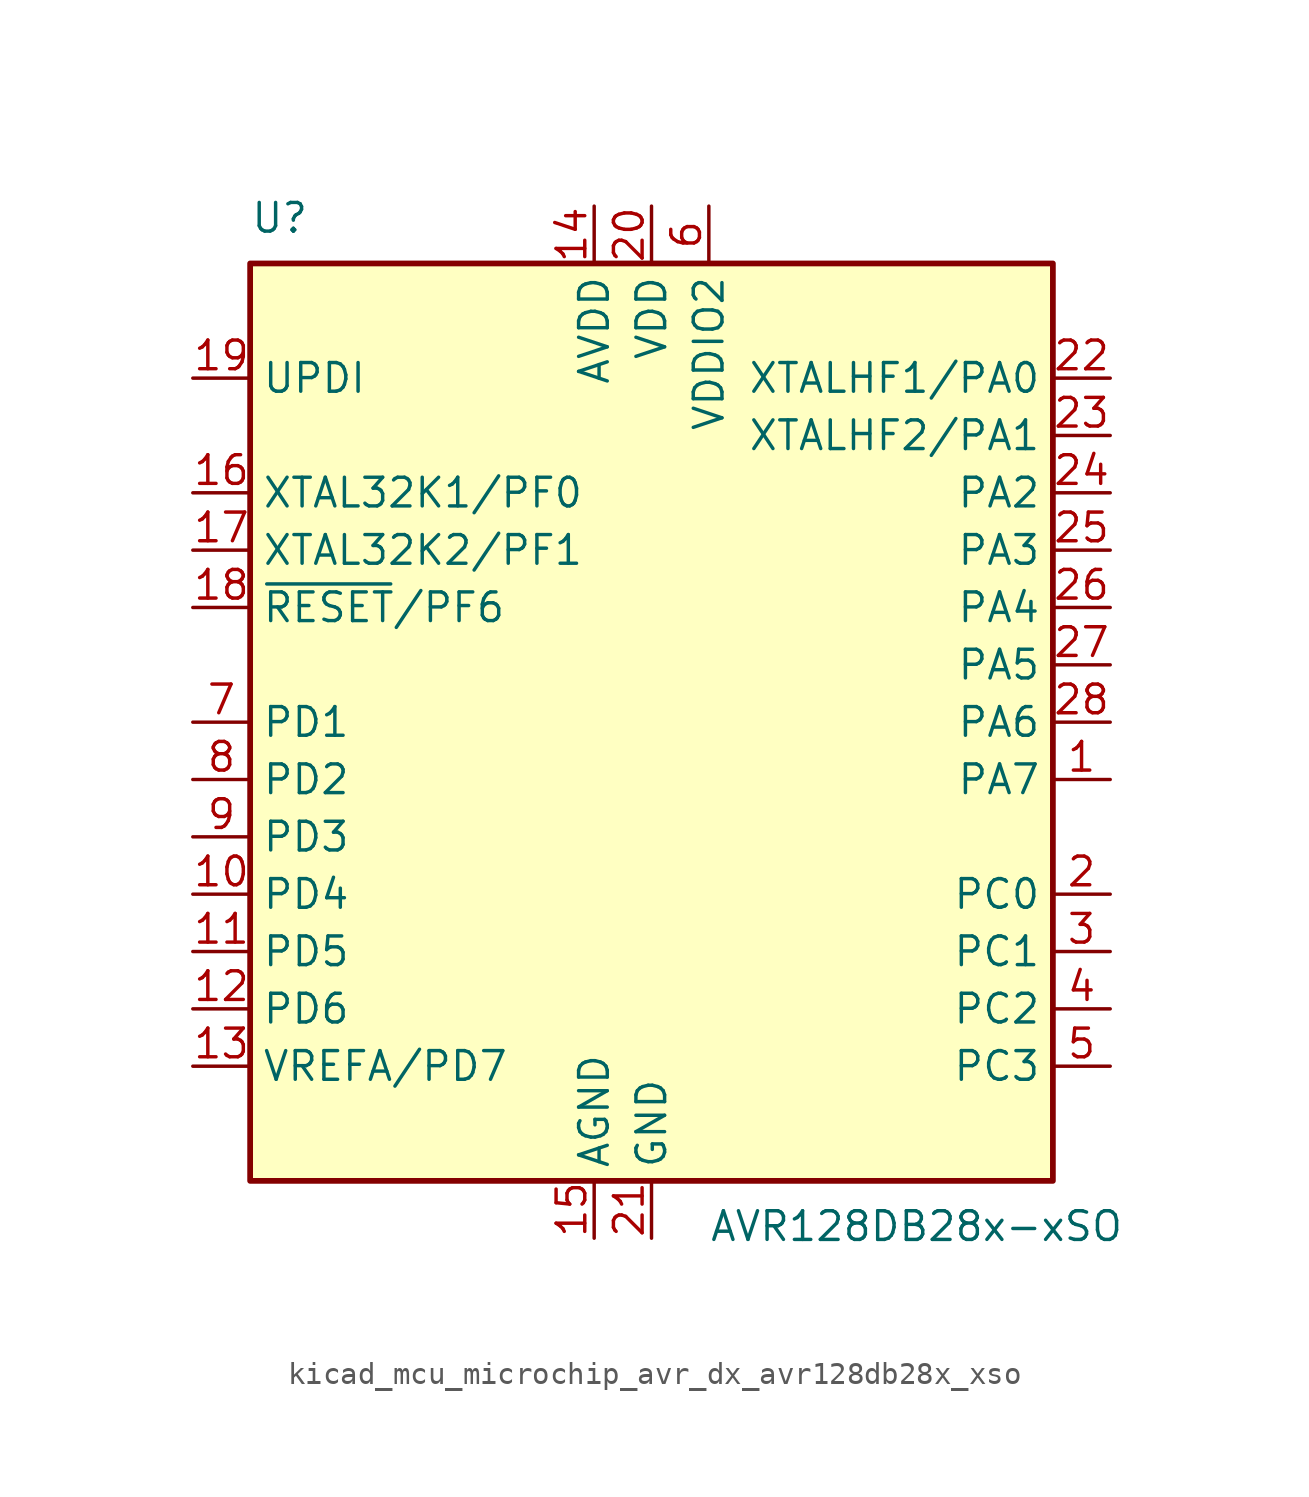
<source format=kicad_sym>
(kicad_symbol_lib
  (version 20220914)
  (generator kicad_symbol_editor)
  (symbol "kicad_mcu_microchip_avr_dx_avr128db28x_xso"
    (property "Reference" "U"
      (at -17.78 21.59 0)
      (effects (font (size 1.27 1.27)) (justify left bottom)))
    (property "Value" "AVR128DB28x-xSO"
      (at 2.54 -21.59 0)
      (effects (font (size 1.27 1.27)) (justify left top)))
    (symbol "kicad_mcu_microchip_avr_dx_avr128db28x_xso_0_1"
      (rectangle (start -17.78 20.32) (end 17.78 -20.32) (stroke (width 0.254) (type default)) (fill (type background))))
    (symbol "kicad_mcu_microchip_avr_dx_avr128db28x_xso_1_1"
      (pin bidirectional line (at 20.32 -2.54 180) (length 2.54) (name "PA7" (effects (font (size 1.27 1.27)))) (number "1" (effects (font (size 1.27 1.27)))))
      (pin bidirectional line (at -20.32 -7.62 0) (length 2.54) (name "PD4" (effects (font (size 1.27 1.27)))) (number "10" (effects (font (size 1.27 1.27)))))
      (pin bidirectional line (at -20.32 -10.16 0) (length 2.54) (name "PD5" (effects (font (size 1.27 1.27)))) (number "11" (effects (font (size 1.27 1.27)))))
      (pin bidirectional line (at -20.32 -12.7 0) (length 2.54) (name "PD6" (effects (font (size 1.27 1.27)))) (number "12" (effects (font (size 1.27 1.27)))))
      (pin bidirectional line (at -20.32 -15.24 0) (length 2.54) (name "VREFA/PD7" (effects (font (size 1.27 1.27)))) (number "13" (effects (font (size 1.27 1.27)))))
      (pin power_in line (at -2.54 22.86 270) (length 2.54) (name "AVDD" (effects (font (size 1.27 1.27)))) (number "14" (effects (font (size 1.27 1.27)))))
      (pin power_in line (at -2.54 -22.86 90) (length 2.54) (name "AGND" (effects (font (size 1.27 1.27)))) (number "15" (effects (font (size 1.27 1.27)))))
      (pin bidirectional line (at -20.32 10.16 0) (length 2.54) (name "XTAL32K1/PF0" (effects (font (size 1.27 1.27)))) (number "16" (effects (font (size 1.27 1.27)))))
      (pin bidirectional line (at -20.32 7.62 0) (length 2.54) (name "XTAL32K2/PF1" (effects (font (size 1.27 1.27)))) (number "17" (effects (font (size 1.27 1.27)))))
      (pin bidirectional line (at -20.32 5.08 0) (length 2.54) (name "~{RESET}/PF6" (effects (font (size 1.27 1.27)))) (number "18" (effects (font (size 1.27 1.27)))))
      (pin input line (at -20.32 15.24 0) (length 2.54) (name "UPDI" (effects (font (size 1.27 1.27)))) (number "19" (effects (font (size 1.27 1.27)))))
      (pin bidirectional line (at 20.32 -7.62 180) (length 2.54) (name "PC0" (effects (font (size 1.27 1.27)))) (number "2" (effects (font (size 1.27 1.27)))))
      (pin power_in line (at 0 22.86 270) (length 2.54) (name "VDD" (effects (font (size 1.27 1.27)))) (number "20" (effects (font (size 1.27 1.27)))))
      (pin power_in line (at 0 -22.86 90) (length 2.54) (name "GND" (effects (font (size 1.27 1.27)))) (number "21" (effects (font (size 1.27 1.27)))))
      (pin bidirectional line (at 20.32 15.24 180) (length 2.54) (name "XTALHF1/PA0" (effects (font (size 1.27 1.27)))) (number "22" (effects (font (size 1.27 1.27)))))
      (pin bidirectional line (at 20.32 12.7 180) (length 2.54) (name "XTALHF2/PA1" (effects (font (size 1.27 1.27)))) (number "23" (effects (font (size 1.27 1.27)))))
      (pin bidirectional line (at 20.32 10.16 180) (length 2.54) (name "PA2" (effects (font (size 1.27 1.27)))) (number "24" (effects (font (size 1.27 1.27)))))
      (pin bidirectional line (at 20.32 7.62 180) (length 2.54) (name "PA3" (effects (font (size 1.27 1.27)))) (number "25" (effects (font (size 1.27 1.27)))))
      (pin bidirectional line (at 20.32 5.08 180) (length 2.54) (name "PA4" (effects (font (size 1.27 1.27)))) (number "26" (effects (font (size 1.27 1.27)))))
      (pin bidirectional line (at 20.32 2.54 180) (length 2.54) (name "PA5" (effects (font (size 1.27 1.27)))) (number "27" (effects (font (size 1.27 1.27)))))
      (pin bidirectional line (at 20.32 0 180) (length 2.54) (name "PA6" (effects (font (size 1.27 1.27)))) (number "28" (effects (font (size 1.27 1.27)))))
      (pin bidirectional line (at 20.32 -10.16 180) (length 2.54) (name "PC1" (effects (font (size 1.27 1.27)))) (number "3" (effects (font (size 1.27 1.27)))))
      (pin bidirectional line (at 20.32 -12.7 180) (length 2.54) (name "PC2" (effects (font (size 1.27 1.27)))) (number "4" (effects (font (size 1.27 1.27)))))
      (pin bidirectional line (at 20.32 -15.24 180) (length 2.54) (name "PC3" (effects (font (size 1.27 1.27)))) (number "5" (effects (font (size 1.27 1.27)))))
      (pin power_in line (at 2.54 22.86 270) (length 2.54) (name "VDDIO2" (effects (font (size 1.27 1.27)))) (number "6" (effects (font (size 1.27 1.27)))))
      (pin bidirectional line (at -20.32 0 0) (length 2.54) (name "PD1" (effects (font (size 1.27 1.27)))) (number "7" (effects (font (size 1.27 1.27)))))
      (pin bidirectional line (at -20.32 -2.54 0) (length 2.54) (name "PD2" (effects (font (size 1.27 1.27)))) (number "8" (effects (font (size 1.27 1.27)))))
      (pin bidirectional line (at -20.32 -5.08 0) (length 2.54) (name "PD3" (effects (font (size 1.27 1.27)))) (number "9" (effects (font (size 1.27 1.27))))))))
</source>
